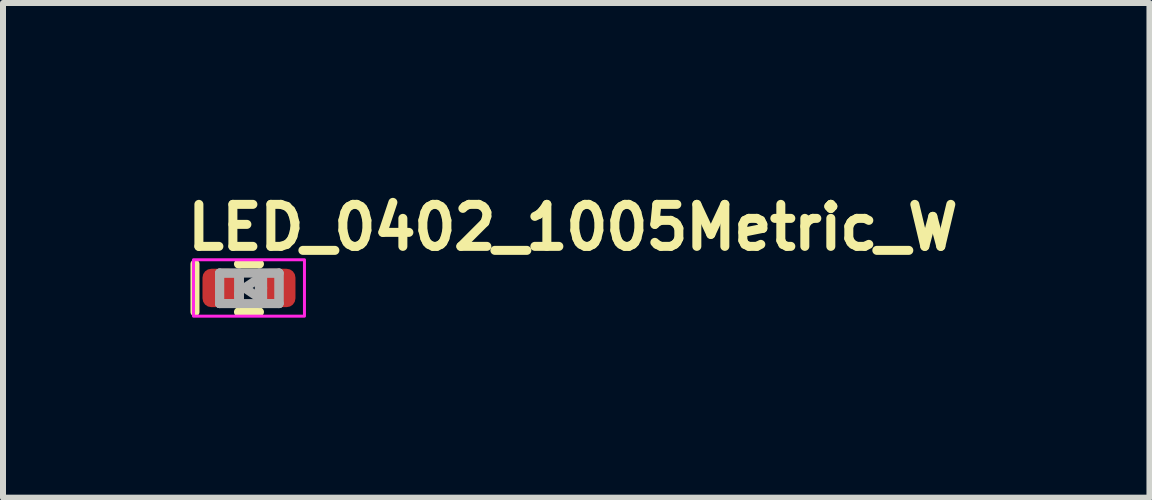
<source format=kicad_pcb>
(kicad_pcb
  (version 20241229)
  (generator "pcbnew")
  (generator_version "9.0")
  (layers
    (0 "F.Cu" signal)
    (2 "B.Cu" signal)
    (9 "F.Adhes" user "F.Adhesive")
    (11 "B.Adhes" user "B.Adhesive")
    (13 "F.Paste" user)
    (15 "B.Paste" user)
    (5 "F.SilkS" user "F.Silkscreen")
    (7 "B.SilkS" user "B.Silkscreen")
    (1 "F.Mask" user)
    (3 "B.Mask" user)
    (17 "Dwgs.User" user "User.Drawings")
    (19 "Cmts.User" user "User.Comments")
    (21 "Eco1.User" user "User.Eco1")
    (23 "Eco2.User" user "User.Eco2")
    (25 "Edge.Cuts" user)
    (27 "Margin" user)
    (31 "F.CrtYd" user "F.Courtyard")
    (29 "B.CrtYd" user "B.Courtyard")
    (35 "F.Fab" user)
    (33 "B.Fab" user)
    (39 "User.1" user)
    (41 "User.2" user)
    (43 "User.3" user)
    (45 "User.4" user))
  (footprint "LED_0402_1005Metric_W"
    (layer "F.Cu")
    (at 1.1 1.75)
    (property "Reference" "LED_0402_1005Metric_W" (at -1.1 -0.6 0) (unlocked yes) (layer "F.SilkS") (effects (font (size 0.7 0.7) (thickness 0.15)) (justify left bottom)))
    (attr smd)
    (fp_line (start -0.9 0.4) (end -0.9 -0.4) (stroke (width 0.15) (type solid)) (layer "F.SilkS"))
    (fp_line (start 0.175 -0.4) (end -0.175 -0.4) (stroke (width 0.15) (type solid)) (layer "F.SilkS"))
    (fp_line (start 0.175 0.4) (end -0.175 0.4) (stroke (width 0.15) (type solid)) (layer "F.SilkS"))
    (fp_rect (start 0.925 0.47) (end -0.925 -0.47) (stroke (width 0.05) (type default)) (fill no) (layer "F.CrtYd"))
    (fp_line (start -0.489 -0.248) (end -0.489 0.26) (stroke (width 0.15) (type solid)) (layer "F.Fab"))
    (fp_line (start -0.489 -0.248) (end -0.489 0.26) (stroke (width 0.15) (type solid)) (layer "F.Fab"))
    (fp_line (start -0.489 0.26) (end -0.158 0.26) (stroke (width 0.15) (type solid)) (layer "F.Fab"))
    (fp_line (start -0.489 0.26) (end 0.501 0.26) (stroke (width 0.15) (type solid)) (layer "F.Fab"))
    (fp_line (start -0.173 -0.202) (end -0.173 0.102) (stroke (width 0.15) (type solid)) (layer "F.Fab"))
    (fp_line (start -0.173 0.202) (end -0.173 0.102) (stroke (width 0.15) (type solid)) (layer "F.Fab"))
    (fp_line (start -0.158 -0.248) (end -0.489 -0.248) (stroke (width 0.15) (type solid)) (layer "F.Fab"))
    (fp_line (start -0.158 0.26) (end -0.158 -0.248) (stroke (width 0.15) (type solid)) (layer "F.Fab"))
    (fp_line (start -0.074 0) (end 0.228 0.202) (stroke (width 0.15) (type solid)) (layer "F.Fab"))
    (fp_line (start 0.172 -0.248) (end 0.172 0.26) (stroke (width 0.15) (type solid)) (layer "F.Fab"))
    (fp_line (start 0.172 0.26) (end 0.501 0.26) (stroke (width 0.15) (type solid)) (layer "F.Fab"))
    (fp_line (start 0.228 -0.202) (end -0.074 0) (stroke (width 0.15) (type solid)) (layer "F.Fab"))
    (fp_line (start 0.228 0) (end 0.228 -0.202) (stroke (width 0.15) (type solid)) (layer "F.Fab"))
    (fp_line (start 0.228 0.202) (end 0.228 0) (stroke (width 0.15) (type solid)) (layer "F.Fab"))
    (fp_line (start 0.501 -0.248) (end -0.489 -0.248) (stroke (width 0.15) (type solid)) (layer "F.Fab"))
    (fp_line (start 0.501 -0.248) (end 0.172 -0.248) (stroke (width 0.15) (type solid)) (layer "F.Fab"))
    (fp_line (start 0.501 0.26) (end 0.501 -0.248) (stroke (width 0.15) (type solid)) (layer "F.Fab"))
    (fp_line (start 0.501 0.26) (end 0.501 -0.248) (stroke (width 0.15) (type solid)) (layer "F.Fab"))
    (fp_rect (start 0.5 0.25) (end -0.498 -0.248) (stroke (width 0.1) (type solid)) (fill no) (layer "User.5"))
    (fp_line (start -0.498 -0.248) (end -0.498 0.25) (stroke (width 0.02) (type solid)) (layer "User.9"))
    (fp_line (start -0.498 0.25) (end 0.5 0.25) (stroke (width 0.02) (type solid)) (layer "User.9"))
    (fp_line (start 0.5 -0.248) (end -0.498 -0.248) (stroke (width 0.02) (type solid)) (layer "User.9"))
    (fp_line (start 0.5 0.25) (end 0.5 -0.248) (stroke (width 0.02) (type solid)) (layer "User.9"))
    (pad "1" smd roundrect (at -0.48 0 180) (size 0.59 0.64) (layers "F.Cu" "F.Mask" "F.Paste") (roundrect_rratio 0.25))
    (pad "2" smd roundrect (at 0.48 0 180) (size 0.59 0.64) (layers "F.Cu" "F.Mask" "F.Paste") (roundrect_rratio 0.25)))
  (gr_rect
    (start -3 -3)
    (end 16.11 5.245)
    (stroke (width 0.1) (type default))
    (fill no)
    (layer "Edge.Cuts")))
</source>
